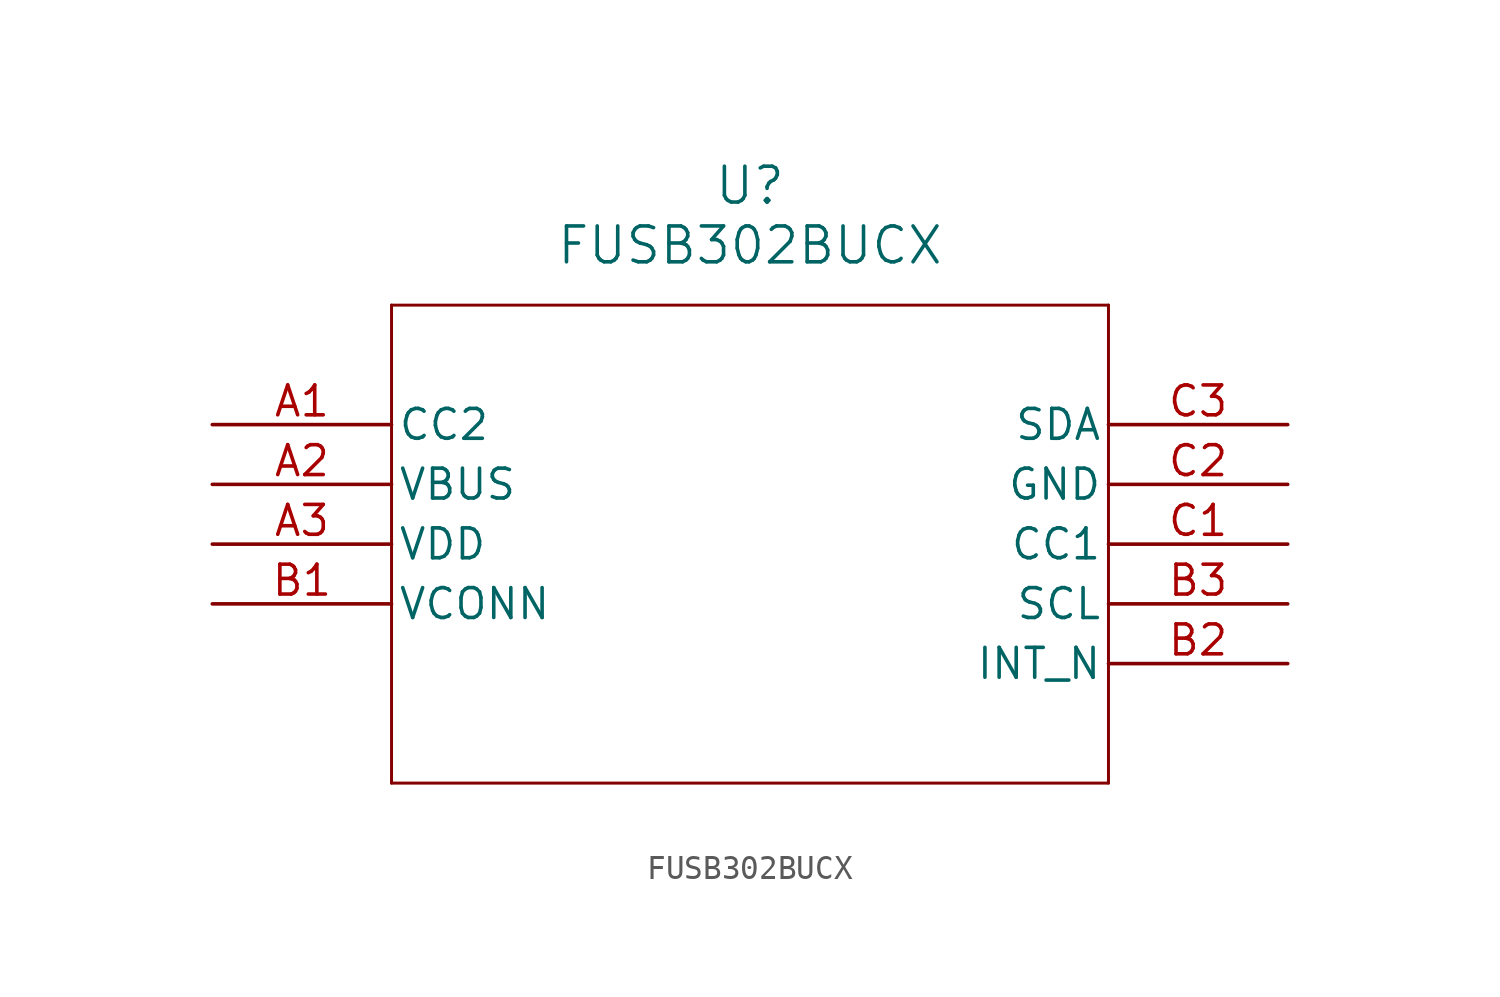
<source format=kicad_sym>
(kicad_symbol_lib
  (version 20211014)
  (generator kicad_symbol_editor)
  (symbol "FUSB302BUCX"
    (pin_names
      (offset 0.254))
    (property "Reference" "U"
      (at 22.86 10.16 0)
      (effects (font (size 1.524 1.524))))
    (property "Value" "FUSB302BUCX"
      (at 22.86 7.62 0)
      (effects (font (size 1.524 1.524))))
    (symbol "FUSB302BUCX_0_1"
      (polyline (pts (xy 7.62 5.08) (xy 7.62 -15.24)) (stroke (width 0.127) (type default) (color 0 0 0 0)) (fill (type none)))
      (polyline (pts (xy 7.62 -15.24) (xy 38.1 -15.24)) (stroke (width 0.127) (type default) (color 0 0 0 0)) (fill (type none)))
      (polyline (pts (xy 38.1 -15.24) (xy 38.1 5.08)) (stroke (width 0.127) (type default) (color 0 0 0 0)) (fill (type none)))
      (polyline (pts (xy 38.1 5.08) (xy 7.62 5.08)) (stroke (width 0.127) (type default) (color 0 0 0 0)) (fill (type none)))
      (pin bidirectional line (at 0 0 0) (length 7.62) (name "CC2" (effects (font (size 1.27 1.27)))) (number "A1" (effects (font (size 1.27 1.27)))))
      (pin unspecified line (at 0 -2.54 0) (length 7.62) (name "VBUS" (effects (font (size 1.27 1.27)))) (number "A2" (effects (font (size 1.27 1.27)))))
      (pin power_in line (at 0 -5.08 0) (length 7.62) (name "VDD" (effects (font (size 1.27 1.27)))) (number "A3" (effects (font (size 1.27 1.27)))))
      (pin unspecified line (at 0 -7.62 0) (length 7.62) (name "VCONN" (effects (font (size 1.27 1.27)))) (number "B1" (effects (font (size 1.27 1.27)))))
      (pin input line (at 45.72 -10.16 180) (length 7.62) (name "INT_N" (effects (font (size 1.27 1.27)))) (number "B2" (effects (font (size 1.27 1.27)))))
      (pin unspecified line (at 45.72 -7.62 180) (length 7.62) (name "SCL" (effects (font (size 1.27 1.27)))) (number "B3" (effects (font (size 1.27 1.27)))))
      (pin bidirectional line (at 45.72 -5.08 180) (length 7.62) (name "CC1" (effects (font (size 1.27 1.27)))) (number "C1" (effects (font (size 1.27 1.27)))))
      (pin power_out line (at 45.72 -2.54 180) (length 7.62) (name "GND" (effects (font (size 1.27 1.27)))) (number "C2" (effects (font (size 1.27 1.27)))))
      (pin unspecified line (at 45.72 0 180) (length 7.62) (name "SDA" (effects (font (size 1.27 1.27)))) (number "C3" (effects (font (size 1.27 1.27))))))))
</source>
